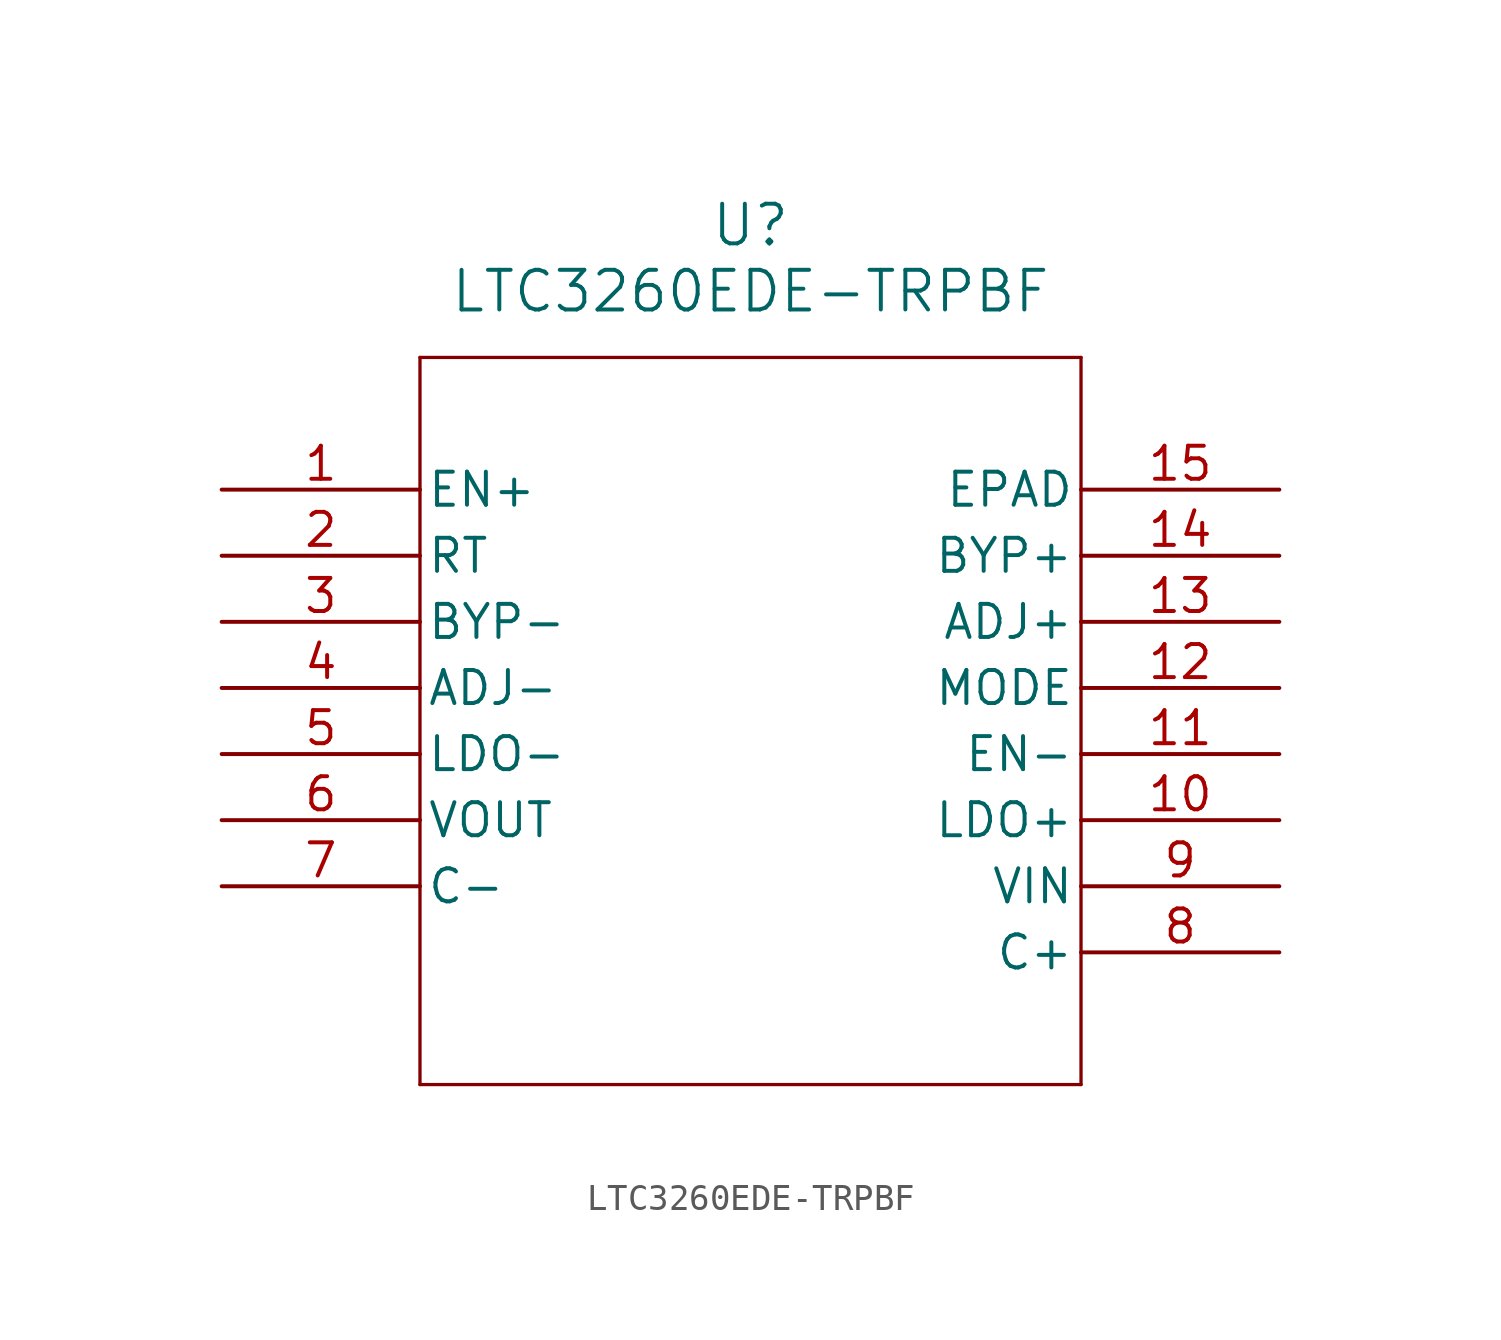
<source format=kicad_sym>
(kicad_symbol_lib
  (version 20211014)
  (generator kicad_symbol_editor)
  (symbol "LTC3260EDE-TRPBF"
    (pin_names
      (offset 0.254))
    (property "Reference" "U"
      (at 20.32 10.16 0)
      (effects (font (size 1.524 1.524))))
    (property "Value" "LTC3260EDE-TRPBF"
      (at 20.32 7.62 0)
      (effects (font (size 1.524 1.524))))
    (symbol "LTC3260EDE-TRPBF_0_1"
      (polyline (pts (xy 7.62 5.08) (xy 7.62 -22.86)) (stroke (width 0.127) (type default) (color 0 0 0 0)) (fill (type none)))
      (polyline (pts (xy 7.62 -22.86) (xy 33.02 -22.86)) (stroke (width 0.127) (type default) (color 0 0 0 0)) (fill (type none)))
      (polyline (pts (xy 33.02 -22.86) (xy 33.02 5.08)) (stroke (width 0.127) (type default) (color 0 0 0 0)) (fill (type none)))
      (polyline (pts (xy 33.02 5.08) (xy 7.62 5.08)) (stroke (width 0.127) (type default) (color 0 0 0 0)) (fill (type none)))
      (pin input line (at 0 0 0) (length 7.62) (name "EN+" (effects (font (size 1.27 1.27)))) (number "1" (effects (font (size 1.27 1.27)))))
      (pin input line (at 0 -2.54 0) (length 7.62) (name "RT" (effects (font (size 1.27 1.27)))) (number "2" (effects (font (size 1.27 1.27)))))
      (pin output line (at 0 -5.08 0) (length 7.62) (name "BYP-" (effects (font (size 1.27 1.27)))) (number "3" (effects (font (size 1.27 1.27)))))
      (pin input line (at 0 -7.62 0) (length 7.62) (name "ADJ-" (effects (font (size 1.27 1.27)))) (number "4" (effects (font (size 1.27 1.27)))))
      (pin output line (at 0 -10.16 0) (length 7.62) (name "LDO-" (effects (font (size 1.27 1.27)))) (number "5" (effects (font (size 1.27 1.27)))))
      (pin output line (at 0 -12.7 0) (length 7.62) (name "VOUT" (effects (font (size 1.27 1.27)))) (number "6" (effects (font (size 1.27 1.27)))))
      (pin unspecified line (at 0 -15.24 0) (length 7.62) (name "C-" (effects (font (size 1.27 1.27)))) (number "7" (effects (font (size 1.27 1.27)))))
      (pin unspecified line (at 40.64 -17.78 180) (length 7.62) (name "C+" (effects (font (size 1.27 1.27)))) (number "8" (effects (font (size 1.27 1.27)))))
      (pin input line (at 40.64 -15.24 180) (length 7.62) (name "VIN" (effects (font (size 1.27 1.27)))) (number "9" (effects (font (size 1.27 1.27)))))
      (pin output line (at 40.64 -12.7 180) (length 7.62) (name "LDO+" (effects (font (size 1.27 1.27)))) (number "10" (effects (font (size 1.27 1.27)))))
      (pin input line (at 40.64 -10.16 180) (length 7.62) (name "EN-" (effects (font (size 1.27 1.27)))) (number "11" (effects (font (size 1.27 1.27)))))
      (pin input line (at 40.64 -7.62 180) (length 7.62) (name "MODE" (effects (font (size 1.27 1.27)))) (number "12" (effects (font (size 1.27 1.27)))))
      (pin input line (at 40.64 -5.08 180) (length 7.62) (name "ADJ+" (effects (font (size 1.27 1.27)))) (number "13" (effects (font (size 1.27 1.27)))))
      (pin output line (at 40.64 -2.54 180) (length 7.62) (name "BYP+" (effects (font (size 1.27 1.27)))) (number "14" (effects (font (size 1.27 1.27)))))
      (pin unspecified line (at 40.64 0 180) (length 7.62) (name "EPAD" (effects (font (size 1.27 1.27)))) (number "15" (effects (font (size 1.27 1.27))))))))
</source>
